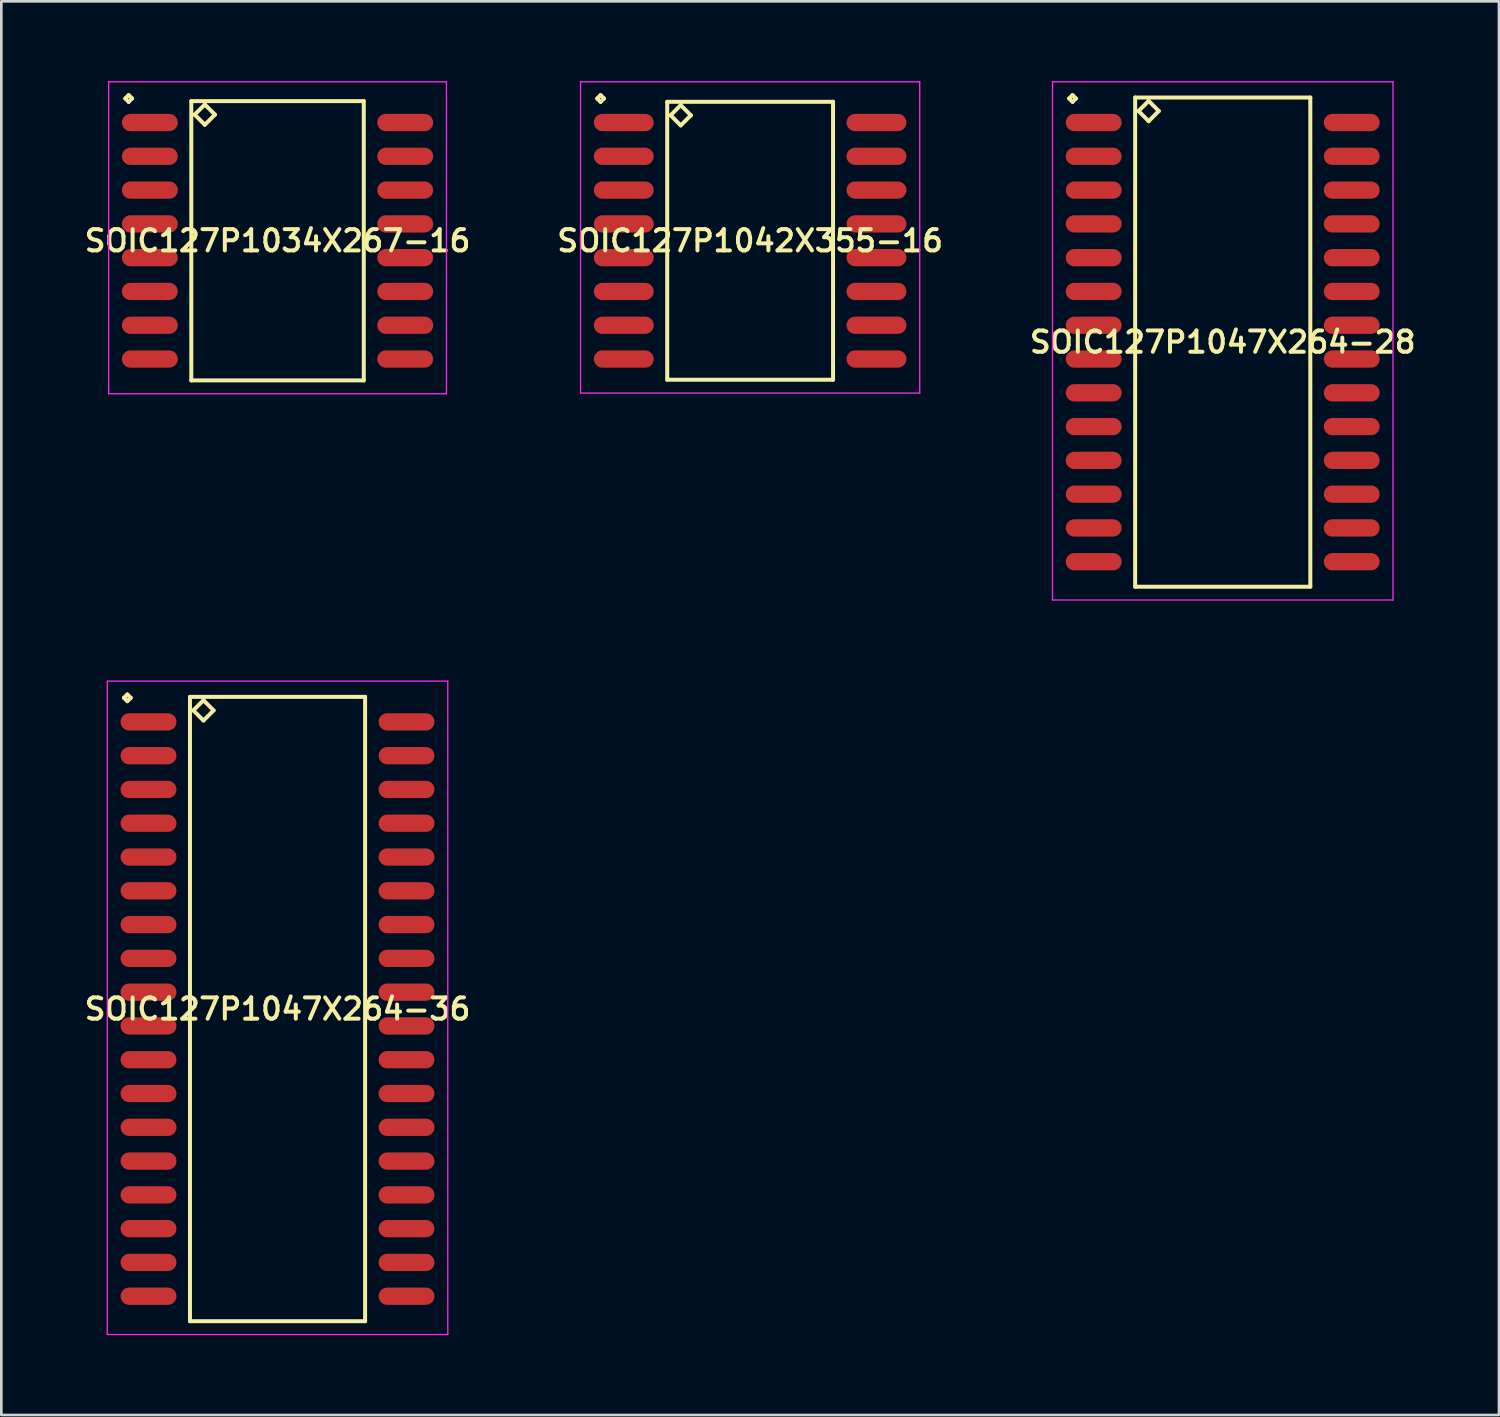
<source format=kicad_pcb>
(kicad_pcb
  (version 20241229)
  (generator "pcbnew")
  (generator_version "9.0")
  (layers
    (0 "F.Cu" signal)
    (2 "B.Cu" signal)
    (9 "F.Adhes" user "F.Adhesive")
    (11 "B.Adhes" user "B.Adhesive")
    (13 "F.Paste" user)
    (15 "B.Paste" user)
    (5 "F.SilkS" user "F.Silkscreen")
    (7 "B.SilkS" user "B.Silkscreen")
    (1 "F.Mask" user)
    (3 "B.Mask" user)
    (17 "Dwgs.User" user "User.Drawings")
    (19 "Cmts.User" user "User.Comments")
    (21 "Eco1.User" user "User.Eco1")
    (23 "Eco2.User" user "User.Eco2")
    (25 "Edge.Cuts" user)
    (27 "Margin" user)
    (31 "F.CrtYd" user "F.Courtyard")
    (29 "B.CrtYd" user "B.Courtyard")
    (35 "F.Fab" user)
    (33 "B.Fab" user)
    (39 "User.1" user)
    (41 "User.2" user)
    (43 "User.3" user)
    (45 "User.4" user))
  (footprint "SOIC127P1034X267-16"
    (layer "F.Cu")
    (at 7.383 6.001)
    (property "Reference" "SOIC127P1034X267-16" (at 0 0 0) (layer "F.SilkS") (effects (font (size 0.8 0.8) (thickness 0.15))))
    (attr smd)
    (fp_line (start -5.723 -5.349) (end -5.596 -5.476) (stroke (width 0.15) (type solid)) (layer "F.SilkS"))
    (fp_line (start -5.596 -5.476) (end -5.469 -5.349) (stroke (width 0.15) (type solid)) (layer "F.SilkS"))
    (fp_line (start -5.596 -5.222) (end -5.723 -5.349) (stroke (width 0.15) (type solid)) (layer "F.SilkS"))
    (fp_line (start -5.469 -5.349) (end -5.596 -5.222) (stroke (width 0.15) (type solid)) (layer "F.SilkS"))
    (fp_line (start -3.242 -5.25) (end -3.242 5.25) (stroke (width 0.15) (type solid)) (layer "F.SilkS"))
    (fp_line (start -3.242 5.25) (end 3.242 5.25) (stroke (width 0.15) (type solid)) (layer "F.SilkS"))
    (fp_line (start -3.115 -4.742) (end -2.734 -5.123) (stroke (width 0.15) (type solid)) (layer "F.SilkS"))
    (fp_line (start -2.734 -5.123) (end -2.353 -4.742) (stroke (width 0.15) (type solid)) (layer "F.SilkS"))
    (fp_line (start -2.734 -4.361) (end -3.115 -4.742) (stroke (width 0.15) (type solid)) (layer "F.SilkS"))
    (fp_line (start -2.353 -4.742) (end -2.734 -4.361) (stroke (width 0.15) (type solid)) (layer "F.SilkS"))
    (fp_line (start 3.242 -5.25) (end -3.242 -5.25) (stroke (width 0.15) (type solid)) (layer "F.SilkS"))
    (fp_line (start 3.242 5.25) (end 3.242 -5.25) (stroke (width 0.15) (type solid)) (layer "F.SilkS"))
    (fp_line (start -6.35 -5.976) (end 6.35 -5.976) (stroke (width 0.05) (type solid)) (layer "F.CrtYd"))
    (fp_line (start -6.35 5.75) (end -6.35 -5.976) (stroke (width 0.05) (type solid)) (layer "F.CrtYd"))
    (fp_line (start 6.35 -5.976) (end 6.35 5.75) (stroke (width 0.05) (type solid)) (layer "F.CrtYd"))
    (fp_line (start 6.35 5.75) (end -6.35 5.75) (stroke (width 0.05) (type solid)) (layer "F.CrtYd"))
    (pad "1" smd oval (at -4.8 -4.445) (size 2.1 0.65) (layers "F.Cu" "F.Mask" "F.Paste"))
    (pad "2" smd oval (at -4.8 -3.175) (size 2.1 0.65) (layers "F.Cu" "F.Mask" "F.Paste"))
    (pad "3" smd oval (at -4.8 -1.905) (size 2.1 0.65) (layers "F.Cu" "F.Mask" "F.Paste"))
    (pad "4" smd oval (at -4.8 -0.635) (size 2.1 0.65) (layers "F.Cu" "F.Mask" "F.Paste"))
    (pad "5" smd oval (at -4.8 0.635) (size 2.1 0.65) (layers "F.Cu" "F.Mask" "F.Paste"))
    (pad "6" smd oval (at -4.8 1.905) (size 2.1 0.65) (layers "F.Cu" "F.Mask" "F.Paste"))
    (pad "7" smd oval (at -4.8 3.175) (size 2.1 0.65) (layers "F.Cu" "F.Mask" "F.Paste"))
    (pad "8" smd oval (at -4.8 4.445) (size 2.1 0.65) (layers "F.Cu" "F.Mask" "F.Paste"))
    (pad "9" smd oval (at 4.8 4.445) (size 2.1 0.65) (layers "F.Cu" "F.Mask" "F.Paste"))
    (pad "10" smd oval (at 4.8 3.175) (size 2.1 0.65) (layers "F.Cu" "F.Mask" "F.Paste"))
    (pad "11" smd oval (at 4.8 1.905) (size 2.1 0.65) (layers "F.Cu" "F.Mask" "F.Paste"))
    (pad "12" smd oval (at 4.8 0.635) (size 2.1 0.65) (layers "F.Cu" "F.Mask" "F.Paste"))
    (pad "13" smd oval (at 4.8 -0.635) (size 2.1 0.65) (layers "F.Cu" "F.Mask" "F.Paste"))
    (pad "14" smd oval (at 4.8 -1.905) (size 2.1 0.65) (layers "F.Cu" "F.Mask" "F.Paste"))
    (pad "15" smd oval (at 4.8 -3.175) (size 2.1 0.65) (layers "F.Cu" "F.Mask" "F.Paste"))
    (pad "16" smd oval (at 4.8 -4.445) (size 2.1 0.65) (layers "F.Cu" "F.Mask" "F.Paste")))
  (footprint "SOIC127P1042X355-16"
    (layer "F.Cu")
    (at 25.149 6.001)
    (property "Reference" "SOIC127P1042X355-16" (at 0 0 0) (layer "F.SilkS") (effects (font (size 0.8 0.8) (thickness 0.15))))
    (attr smd)
    (fp_line (start -5.748 -5.349) (end -5.621 -5.476) (stroke (width 0.15) (type solid)) (layer "F.SilkS"))
    (fp_line (start -5.621 -5.476) (end -5.494 -5.349) (stroke (width 0.15) (type solid)) (layer "F.SilkS"))
    (fp_line (start -5.621 -5.222) (end -5.748 -5.349) (stroke (width 0.15) (type solid)) (layer "F.SilkS"))
    (fp_line (start -5.494 -5.349) (end -5.621 -5.222) (stroke (width 0.15) (type solid)) (layer "F.SilkS"))
    (fp_line (start -3.117 -5.225) (end -3.117 5.225) (stroke (width 0.15) (type solid)) (layer "F.SilkS"))
    (fp_line (start -3.117 5.225) (end 3.117 5.225) (stroke (width 0.15) (type solid)) (layer "F.SilkS"))
    (fp_line (start -2.99 -4.717) (end -2.609 -5.098) (stroke (width 0.15) (type solid)) (layer "F.SilkS"))
    (fp_line (start -2.609 -5.098) (end -2.228 -4.717) (stroke (width 0.15) (type solid)) (layer "F.SilkS"))
    (fp_line (start -2.609 -4.336) (end -2.99 -4.717) (stroke (width 0.15) (type solid)) (layer "F.SilkS"))
    (fp_line (start -2.228 -4.717) (end -2.609 -4.336) (stroke (width 0.15) (type solid)) (layer "F.SilkS"))
    (fp_line (start 3.117 -5.225) (end -3.117 -5.225) (stroke (width 0.15) (type solid)) (layer "F.SilkS"))
    (fp_line (start 3.117 5.225) (end 3.117 -5.225) (stroke (width 0.15) (type solid)) (layer "F.SilkS"))
    (fp_line (start -6.375 -5.976) (end 6.375 -5.976) (stroke (width 0.05) (type solid)) (layer "F.CrtYd"))
    (fp_line (start -6.375 5.725) (end -6.375 -5.976) (stroke (width 0.05) (type solid)) (layer "F.CrtYd"))
    (fp_line (start 6.375 -5.976) (end 6.375 5.725) (stroke (width 0.05) (type solid)) (layer "F.CrtYd"))
    (fp_line (start 6.375 5.725) (end -6.375 5.725) (stroke (width 0.05) (type solid)) (layer "F.CrtYd"))
    (pad "1" smd oval (at -4.75 -4.445) (size 2.25 0.65) (layers "F.Cu" "F.Mask" "F.Paste"))
    (pad "2" smd oval (at -4.75 -3.175) (size 2.25 0.65) (layers "F.Cu" "F.Mask" "F.Paste"))
    (pad "3" smd oval (at -4.75 -1.905) (size 2.25 0.65) (layers "F.Cu" "F.Mask" "F.Paste"))
    (pad "4" smd oval (at -4.75 -0.635) (size 2.25 0.65) (layers "F.Cu" "F.Mask" "F.Paste"))
    (pad "5" smd oval (at -4.75 0.635) (size 2.25 0.65) (layers "F.Cu" "F.Mask" "F.Paste"))
    (pad "6" smd oval (at -4.75 1.905) (size 2.25 0.65) (layers "F.Cu" "F.Mask" "F.Paste"))
    (pad "7" smd oval (at -4.75 3.175) (size 2.25 0.65) (layers "F.Cu" "F.Mask" "F.Paste"))
    (pad "8" smd oval (at -4.75 4.445) (size 2.25 0.65) (layers "F.Cu" "F.Mask" "F.Paste"))
    (pad "9" smd oval (at 4.75 4.445) (size 2.25 0.65) (layers "F.Cu" "F.Mask" "F.Paste"))
    (pad "10" smd oval (at 4.75 3.175) (size 2.25 0.65) (layers "F.Cu" "F.Mask" "F.Paste"))
    (pad "11" smd oval (at 4.75 1.905) (size 2.25 0.65) (layers "F.Cu" "F.Mask" "F.Paste"))
    (pad "12" smd oval (at 4.75 0.635) (size 2.25 0.65) (layers "F.Cu" "F.Mask" "F.Paste"))
    (pad "13" smd oval (at 4.75 -0.635) (size 2.25 0.65) (layers "F.Cu" "F.Mask" "F.Paste"))
    (pad "14" smd oval (at 4.75 -1.905) (size 2.25 0.65) (layers "F.Cu" "F.Mask" "F.Paste"))
    (pad "15" smd oval (at 4.75 -3.175) (size 2.25 0.65) (layers "F.Cu" "F.Mask" "F.Paste"))
    (pad "16" smd oval (at 4.75 -4.445) (size 2.25 0.65) (layers "F.Cu" "F.Mask" "F.Paste")))
  (footprint "SOIC127P1047X264-36"
    (layer "F.Cu")
    (at 7.383 34.882)
    (property "Reference" "SOIC127P1047X264-36" (at 0 0 0) (layer "F.SilkS") (effects (font (size 0.8 0.8) (thickness 0.15))))
    (attr smd)
    (fp_line (start -5.773 -11.699) (end -5.646 -11.826) (stroke (width 0.15) (type solid)) (layer "F.SilkS"))
    (fp_line (start -5.646 -11.826) (end -5.519 -11.699) (stroke (width 0.15) (type solid)) (layer "F.SilkS"))
    (fp_line (start -5.646 -11.572) (end -5.773 -11.699) (stroke (width 0.15) (type solid)) (layer "F.SilkS"))
    (fp_line (start -5.519 -11.699) (end -5.646 -11.572) (stroke (width 0.15) (type solid)) (layer "F.SilkS"))
    (fp_line (start -3.292 -11.735) (end -3.292 11.735) (stroke (width 0.15) (type solid)) (layer "F.SilkS"))
    (fp_line (start -3.292 11.735) (end 3.292 11.735) (stroke (width 0.15) (type solid)) (layer "F.SilkS"))
    (fp_line (start -3.165 -11.227) (end -2.784 -11.608) (stroke (width 0.15) (type solid)) (layer "F.SilkS"))
    (fp_line (start -2.784 -11.608) (end -2.403 -11.227) (stroke (width 0.15) (type solid)) (layer "F.SilkS"))
    (fp_line (start -2.784 -10.846) (end -3.165 -11.227) (stroke (width 0.15) (type solid)) (layer "F.SilkS"))
    (fp_line (start -2.403 -11.227) (end -2.784 -10.846) (stroke (width 0.15) (type solid)) (layer "F.SilkS"))
    (fp_line (start 3.292 -11.735) (end -3.292 -11.735) (stroke (width 0.15) (type solid)) (layer "F.SilkS"))
    (fp_line (start 3.292 11.735) (end 3.292 -11.735) (stroke (width 0.15) (type solid)) (layer "F.SilkS"))
    (fp_line (start -6.4 -12.326) (end 6.4 -12.326) (stroke (width 0.05) (type solid)) (layer "F.CrtYd"))
    (fp_line (start -6.4 12.235) (end -6.4 -12.326) (stroke (width 0.05) (type solid)) (layer "F.CrtYd"))
    (fp_line (start 6.4 -12.326) (end 6.4 12.235) (stroke (width 0.05) (type solid)) (layer "F.CrtYd"))
    (fp_line (start 6.4 12.235) (end -6.4 12.235) (stroke (width 0.05) (type solid)) (layer "F.CrtYd"))
    (pad "1" smd oval (at -4.85 -10.795) (size 2.1 0.65) (layers "F.Cu" "F.Mask" "F.Paste"))
    (pad "2" smd oval (at -4.85 -9.525) (size 2.1 0.65) (layers "F.Cu" "F.Mask" "F.Paste"))
    (pad "3" smd oval (at -4.85 -8.255) (size 2.1 0.65) (layers "F.Cu" "F.Mask" "F.Paste"))
    (pad "4" smd oval (at -4.85 -6.985) (size 2.1 0.65) (layers "F.Cu" "F.Mask" "F.Paste"))
    (pad "5" smd oval (at -4.85 -5.715) (size 2.1 0.65) (layers "F.Cu" "F.Mask" "F.Paste"))
    (pad "6" smd oval (at -4.85 -4.445) (size 2.1 0.65) (layers "F.Cu" "F.Mask" "F.Paste"))
    (pad "7" smd oval (at -4.85 -3.175) (size 2.1 0.65) (layers "F.Cu" "F.Mask" "F.Paste"))
    (pad "8" smd oval (at -4.85 -1.905) (size 2.1 0.65) (layers "F.Cu" "F.Mask" "F.Paste"))
    (pad "9" smd oval (at -4.85 -0.635) (size 2.1 0.65) (layers "F.Cu" "F.Mask" "F.Paste"))
    (pad "10" smd oval (at -4.85 0.635) (size 2.1 0.65) (layers "F.Cu" "F.Mask" "F.Paste"))
    (pad "11" smd oval (at -4.85 1.905) (size 2.1 0.65) (layers "F.Cu" "F.Mask" "F.Paste"))
    (pad "12" smd oval (at -4.85 3.175) (size 2.1 0.65) (layers "F.Cu" "F.Mask" "F.Paste"))
    (pad "13" smd oval (at -4.85 4.445) (size 2.1 0.65) (layers "F.Cu" "F.Mask" "F.Paste"))
    (pad "14" smd oval (at -4.85 5.715) (size 2.1 0.65) (layers "F.Cu" "F.Mask" "F.Paste"))
    (pad "15" smd oval (at -4.85 6.985) (size 2.1 0.65) (layers "F.Cu" "F.Mask" "F.Paste"))
    (pad "16" smd oval (at -4.85 8.255) (size 2.1 0.65) (layers "F.Cu" "F.Mask" "F.Paste"))
    (pad "17" smd oval (at -4.85 9.525) (size 2.1 0.65) (layers "F.Cu" "F.Mask" "F.Paste"))
    (pad "18" smd oval (at -4.85 10.795) (size 2.1 0.65) (layers "F.Cu" "F.Mask" "F.Paste"))
    (pad "19" smd oval (at 4.85 10.795) (size 2.1 0.65) (layers "F.Cu" "F.Mask" "F.Paste"))
    (pad "20" smd oval (at 4.85 9.525) (size 2.1 0.65) (layers "F.Cu" "F.Mask" "F.Paste"))
    (pad "21" smd oval (at 4.85 8.255) (size 2.1 0.65) (layers "F.Cu" "F.Mask" "F.Paste"))
    (pad "22" smd oval (at 4.85 6.985) (size 2.1 0.65) (layers "F.Cu" "F.Mask" "F.Paste"))
    (pad "23" smd oval (at 4.85 5.715) (size 2.1 0.65) (layers "F.Cu" "F.Mask" "F.Paste"))
    (pad "24" smd oval (at 4.85 4.445) (size 2.1 0.65) (layers "F.Cu" "F.Mask" "F.Paste"))
    (pad "25" smd oval (at 4.85 3.175) (size 2.1 0.65) (layers "F.Cu" "F.Mask" "F.Paste"))
    (pad "26" smd oval (at 4.85 1.905) (size 2.1 0.65) (layers "F.Cu" "F.Mask" "F.Paste"))
    (pad "27" smd oval (at 4.85 0.635) (size 2.1 0.65) (layers "F.Cu" "F.Mask" "F.Paste"))
    (pad "28" smd oval (at 4.85 -0.635) (size 2.1 0.65) (layers "F.Cu" "F.Mask" "F.Paste"))
    (pad "29" smd oval (at 4.85 -1.905) (size 2.1 0.65) (layers "F.Cu" "F.Mask" "F.Paste"))
    (pad "30" smd oval (at 4.85 -3.175) (size 2.1 0.65) (layers "F.Cu" "F.Mask" "F.Paste"))
    (pad "31" smd oval (at 4.85 -4.445) (size 2.1 0.65) (layers "F.Cu" "F.Mask" "F.Paste"))
    (pad "32" smd oval (at 4.85 -5.715) (size 2.1 0.65) (layers "F.Cu" "F.Mask" "F.Paste"))
    (pad "33" smd oval (at 4.85 -6.985) (size 2.1 0.65) (layers "F.Cu" "F.Mask" "F.Paste"))
    (pad "34" smd oval (at 4.85 -8.255) (size 2.1 0.65) (layers "F.Cu" "F.Mask" "F.Paste"))
    (pad "35" smd oval (at 4.85 -9.525) (size 2.1 0.65) (layers "F.Cu" "F.Mask" "F.Paste"))
    (pad "36" smd oval (at 4.85 -10.795) (size 2.1 0.65) (layers "F.Cu" "F.Mask" "F.Paste")))
  (footprint "SOIC127P1047X264-28"
    (layer "F.Cu")
    (at 42.915 9.811)
    (property "Reference" "SOIC127P1047X264-28" (at 0 0 0) (layer "F.SilkS") (effects (font (size 0.8 0.8) (thickness 0.15))))
    (attr smd)
    (fp_line (start -5.773 -9.159) (end -5.646 -9.286) (stroke (width 0.15) (type solid)) (layer "F.SilkS"))
    (fp_line (start -5.646 -9.286) (end -5.519 -9.159) (stroke (width 0.15) (type solid)) (layer "F.SilkS"))
    (fp_line (start -5.646 -9.032) (end -5.773 -9.159) (stroke (width 0.15) (type solid)) (layer "F.SilkS"))
    (fp_line (start -5.519 -9.159) (end -5.646 -9.032) (stroke (width 0.15) (type solid)) (layer "F.SilkS"))
    (fp_line (start -3.292 -9.195) (end -3.292 9.195) (stroke (width 0.15) (type solid)) (layer "F.SilkS"))
    (fp_line (start -3.292 9.195) (end 3.292 9.195) (stroke (width 0.15) (type solid)) (layer "F.SilkS"))
    (fp_line (start -3.165 -8.687) (end -2.784 -9.068) (stroke (width 0.15) (type solid)) (layer "F.SilkS"))
    (fp_line (start -2.784 -9.068) (end -2.403 -8.687) (stroke (width 0.15) (type solid)) (layer "F.SilkS"))
    (fp_line (start -2.784 -8.306) (end -3.165 -8.687) (stroke (width 0.15) (type solid)) (layer "F.SilkS"))
    (fp_line (start -2.403 -8.687) (end -2.784 -8.306) (stroke (width 0.15) (type solid)) (layer "F.SilkS"))
    (fp_line (start 3.292 -9.195) (end -3.292 -9.195) (stroke (width 0.15) (type solid)) (layer "F.SilkS"))
    (fp_line (start 3.292 9.195) (end 3.292 -9.195) (stroke (width 0.15) (type solid)) (layer "F.SilkS"))
    (fp_line (start -6.4 -9.786) (end 6.4 -9.786) (stroke (width 0.05) (type solid)) (layer "F.CrtYd"))
    (fp_line (start -6.4 9.695) (end -6.4 -9.786) (stroke (width 0.05) (type solid)) (layer "F.CrtYd"))
    (fp_line (start 6.4 -9.786) (end 6.4 9.695) (stroke (width 0.05) (type solid)) (layer "F.CrtYd"))
    (fp_line (start 6.4 9.695) (end -6.4 9.695) (stroke (width 0.05) (type solid)) (layer "F.CrtYd"))
    (pad "1" smd oval (at -4.85 -8.255) (size 2.1 0.65) (layers "F.Cu" "F.Mask" "F.Paste"))
    (pad "2" smd oval (at -4.85 -6.985) (size 2.1 0.65) (layers "F.Cu" "F.Mask" "F.Paste"))
    (pad "3" smd oval (at -4.85 -5.715) (size 2.1 0.65) (layers "F.Cu" "F.Mask" "F.Paste"))
    (pad "4" smd oval (at -4.85 -4.445) (size 2.1 0.65) (layers "F.Cu" "F.Mask" "F.Paste"))
    (pad "5" smd oval (at -4.85 -3.175) (size 2.1 0.65) (layers "F.Cu" "F.Mask" "F.Paste"))
    (pad "6" smd oval (at -4.85 -1.905) (size 2.1 0.65) (layers "F.Cu" "F.Mask" "F.Paste"))
    (pad "7" smd oval (at -4.85 -0.635) (size 2.1 0.65) (layers "F.Cu" "F.Mask" "F.Paste"))
    (pad "8" smd oval (at -4.85 0.635) (size 2.1 0.65) (layers "F.Cu" "F.Mask" "F.Paste"))
    (pad "9" smd oval (at -4.85 1.905) (size 2.1 0.65) (layers "F.Cu" "F.Mask" "F.Paste"))
    (pad "10" smd oval (at -4.85 3.175) (size 2.1 0.65) (layers "F.Cu" "F.Mask" "F.Paste"))
    (pad "11" smd oval (at -4.85 4.445) (size 2.1 0.65) (layers "F.Cu" "F.Mask" "F.Paste"))
    (pad "12" smd oval (at -4.85 5.715) (size 2.1 0.65) (layers "F.Cu" "F.Mask" "F.Paste"))
    (pad "13" smd oval (at -4.85 6.985) (size 2.1 0.65) (layers "F.Cu" "F.Mask" "F.Paste"))
    (pad "14" smd oval (at -4.85 8.255) (size 2.1 0.65) (layers "F.Cu" "F.Mask" "F.Paste"))
    (pad "15" smd oval (at 4.85 8.255) (size 2.1 0.65) (layers "F.Cu" "F.Mask" "F.Paste"))
    (pad "16" smd oval (at 4.85 6.985) (size 2.1 0.65) (layers "F.Cu" "F.Mask" "F.Paste"))
    (pad "17" smd oval (at 4.85 5.715) (size 2.1 0.65) (layers "F.Cu" "F.Mask" "F.Paste"))
    (pad "18" smd oval (at 4.85 4.445) (size 2.1 0.65) (layers "F.Cu" "F.Mask" "F.Paste"))
    (pad "19" smd oval (at 4.85 3.175) (size 2.1 0.65) (layers "F.Cu" "F.Mask" "F.Paste"))
    (pad "20" smd oval (at 4.85 1.905) (size 2.1 0.65) (layers "F.Cu" "F.Mask" "F.Paste"))
    (pad "21" smd oval (at 4.85 0.635) (size 2.1 0.65) (layers "F.Cu" "F.Mask" "F.Paste"))
    (pad "22" smd oval (at 4.85 -0.635) (size 2.1 0.65) (layers "F.Cu" "F.Mask" "F.Paste"))
    (pad "23" smd oval (at 4.85 -1.905) (size 2.1 0.65) (layers "F.Cu" "F.Mask" "F.Paste"))
    (pad "24" smd oval (at 4.85 -3.175) (size 2.1 0.65) (layers "F.Cu" "F.Mask" "F.Paste"))
    (pad "25" smd oval (at 4.85 -4.445) (size 2.1 0.65) (layers "F.Cu" "F.Mask" "F.Paste"))
    (pad "26" smd oval (at 4.85 -5.715) (size 2.1 0.65) (layers "F.Cu" "F.Mask" "F.Paste"))
    (pad "27" smd oval (at 4.85 -6.985) (size 2.1 0.65) (layers "F.Cu" "F.Mask" "F.Paste"))
    (pad "28" smd oval (at 4.85 -8.255) (size 2.1 0.65) (layers "F.Cu" "F.Mask" "F.Paste")))
  (gr_rect
    (start -3 -3)
    (end 53.299 50.142)
    (stroke (width 0.1) (type default))
    (fill no)
    (layer "Edge.Cuts")))
</source>
